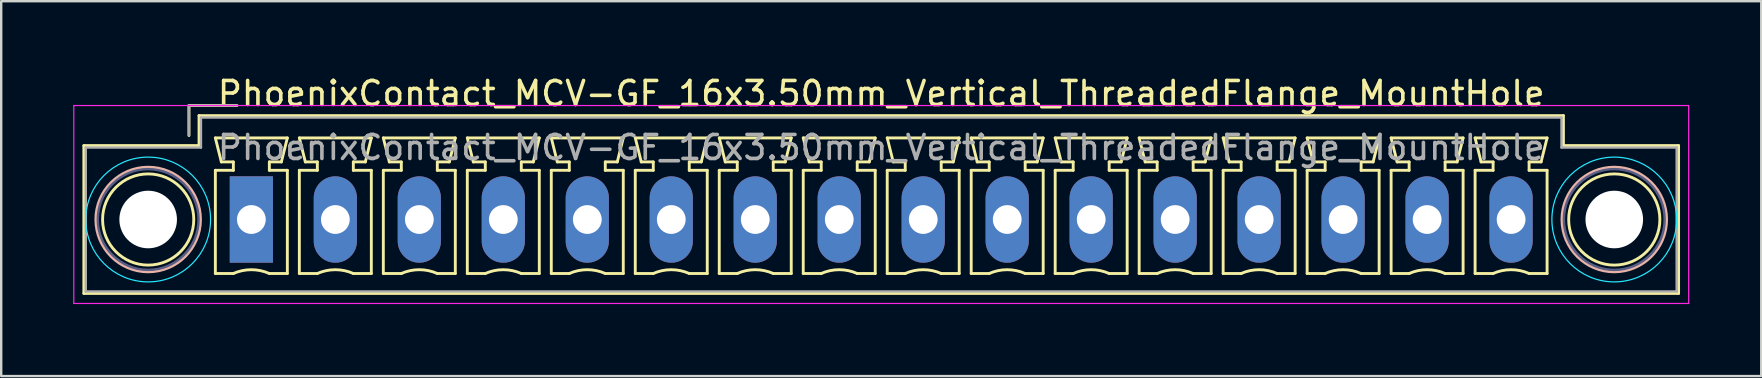
<source format=kicad_pcb>
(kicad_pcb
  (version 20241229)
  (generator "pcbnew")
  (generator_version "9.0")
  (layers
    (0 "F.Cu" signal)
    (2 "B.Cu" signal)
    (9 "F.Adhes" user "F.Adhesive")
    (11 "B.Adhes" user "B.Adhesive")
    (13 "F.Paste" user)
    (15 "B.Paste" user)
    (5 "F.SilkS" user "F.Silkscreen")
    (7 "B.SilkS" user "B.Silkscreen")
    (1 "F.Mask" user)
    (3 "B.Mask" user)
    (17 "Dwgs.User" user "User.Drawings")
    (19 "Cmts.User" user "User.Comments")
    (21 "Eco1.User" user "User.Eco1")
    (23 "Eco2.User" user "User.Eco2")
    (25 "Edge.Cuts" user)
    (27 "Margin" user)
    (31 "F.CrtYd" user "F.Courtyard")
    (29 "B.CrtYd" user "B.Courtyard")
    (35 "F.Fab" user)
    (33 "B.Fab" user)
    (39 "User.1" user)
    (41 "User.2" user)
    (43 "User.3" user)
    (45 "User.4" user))
  (footprint "PhoenixContact_MCV-GF_16x3.50mm_Vertical_ThreadedFlange_MountHole"
    (layer "F.Cu")
    (at 7.425 6.098)
    (property "Reference" "PhoenixContact_MCV-GF_16x3.50mm_Vertical_ThreadedFlange_MountHole" (at 26.25 -5.25 0) (layer "F.SilkS") (effects (font (size 1 1) (thickness 0.15))))
    (attr through_hole)
    (fp_line (start -6.98 -3.08) (end -6.98 3.08) (stroke (width 0.12) (type solid)) (layer "F.SilkS"))
    (fp_line (start -6.98 3.08) (end 59.48 3.08) (stroke (width 0.12) (type solid)) (layer "F.SilkS"))
    (fp_line (start -2.6 -4.75) (end -0.6 -4.75) (stroke (width 0.12) (type solid)) (layer "F.SilkS"))
    (fp_line (start -2.6 -3.5) (end -2.6 -4.75) (stroke (width 0.12) (type solid)) (layer "F.SilkS"))
    (fp_line (start -2.18 -4.33) (end -2.18 -3.08) (stroke (width 0.12) (type solid)) (layer "F.SilkS"))
    (fp_line (start -2.18 -3.08) (end -6.98 -3.08) (stroke (width 0.12) (type solid)) (layer "F.SilkS"))
    (fp_line (start -1.5 -3.4) (end 1.5 -3.4) (stroke (width 0.12) (type solid)) (layer "F.SilkS"))
    (fp_line (start -1.5 -2.05) (end -0.75 -2.05) (stroke (width 0.12) (type solid)) (layer "F.SilkS"))
    (fp_line (start -1.5 2.25) (end -1.5 -2.05) (stroke (width 0.12) (type solid)) (layer "F.SilkS"))
    (fp_line (start -1.25 -2.4) (end -1.5 -3.4) (stroke (width 0.12) (type solid)) (layer "F.SilkS"))
    (fp_line (start -0.75 -2.4) (end -1.25 -2.4) (stroke (width 0.12) (type solid)) (layer "F.SilkS"))
    (fp_line (start -0.75 -2.05) (end -0.75 -2.4) (stroke (width 0.12) (type solid)) (layer "F.SilkS"))
    (fp_line (start -0.75 2.25) (end -1.5 2.25) (stroke (width 0.12) (type solid)) (layer "F.SilkS"))
    (fp_line (start 0.75 -2.4) (end 0.75 -2.05) (stroke (width 0.12) (type solid)) (layer "F.SilkS"))
    (fp_line (start 0.75 -2.05) (end 1.5 -2.05) (stroke (width 0.12) (type solid)) (layer "F.SilkS"))
    (fp_line (start 1.25 -2.4) (end 0.75 -2.4) (stroke (width 0.12) (type solid)) (layer "F.SilkS"))
    (fp_line (start 1.5 -3.4) (end 1.25 -2.4) (stroke (width 0.12) (type solid)) (layer "F.SilkS"))
    (fp_line (start 1.5 -2.05) (end 1.5 2.25) (stroke (width 0.12) (type solid)) (layer "F.SilkS"))
    (fp_line (start 1.5 2.25) (end 0.75 2.25) (stroke (width 0.12) (type solid)) (layer "F.SilkS"))
    (fp_line (start 2 -3.4) (end 5 -3.4) (stroke (width 0.12) (type solid)) (layer "F.SilkS"))
    (fp_line (start 2 -2.05) (end 2.75 -2.05) (stroke (width 0.12) (type solid)) (layer "F.SilkS"))
    (fp_line (start 2 2.25) (end 2 -2.05) (stroke (width 0.12) (type solid)) (layer "F.SilkS"))
    (fp_line (start 2.25 -2.4) (end 2 -3.4) (stroke (width 0.12) (type solid)) (layer "F.SilkS"))
    (fp_line (start 2.75 -2.4) (end 2.25 -2.4) (stroke (width 0.12) (type solid)) (layer "F.SilkS"))
    (fp_line (start 2.75 -2.05) (end 2.75 -2.4) (stroke (width 0.12) (type solid)) (layer "F.SilkS"))
    (fp_line (start 2.75 2.25) (end 2 2.25) (stroke (width 0.12) (type solid)) (layer "F.SilkS"))
    (fp_line (start 4.25 -2.4) (end 4.25 -2.05) (stroke (width 0.12) (type solid)) (layer "F.SilkS"))
    (fp_line (start 4.25 -2.05) (end 5 -2.05) (stroke (width 0.12) (type solid)) (layer "F.SilkS"))
    (fp_line (start 4.75 -2.4) (end 4.25 -2.4) (stroke (width 0.12) (type solid)) (layer "F.SilkS"))
    (fp_line (start 5 -3.4) (end 4.75 -2.4) (stroke (width 0.12) (type solid)) (layer "F.SilkS"))
    (fp_line (start 5 -2.05) (end 5 2.25) (stroke (width 0.12) (type solid)) (layer "F.SilkS"))
    (fp_line (start 5 2.25) (end 4.25 2.25) (stroke (width 0.12) (type solid)) (layer "F.SilkS"))
    (fp_line (start 5.5 -3.4) (end 8.5 -3.4) (stroke (width 0.12) (type solid)) (layer "F.SilkS"))
    (fp_line (start 5.5 -2.05) (end 6.25 -2.05) (stroke (width 0.12) (type solid)) (layer "F.SilkS"))
    (fp_line (start 5.5 2.25) (end 5.5 -2.05) (stroke (width 0.12) (type solid)) (layer "F.SilkS"))
    (fp_line (start 5.75 -2.4) (end 5.5 -3.4) (stroke (width 0.12) (type solid)) (layer "F.SilkS"))
    (fp_line (start 6.25 -2.4) (end 5.75 -2.4) (stroke (width 0.12) (type solid)) (layer "F.SilkS"))
    (fp_line (start 6.25 -2.05) (end 6.25 -2.4) (stroke (width 0.12) (type solid)) (layer "F.SilkS"))
    (fp_line (start 6.25 2.25) (end 5.5 2.25) (stroke (width 0.12) (type solid)) (layer "F.SilkS"))
    (fp_line (start 7.75 -2.4) (end 7.75 -2.05) (stroke (width 0.12) (type solid)) (layer "F.SilkS"))
    (fp_line (start 7.75 -2.05) (end 8.5 -2.05) (stroke (width 0.12) (type solid)) (layer "F.SilkS"))
    (fp_line (start 8.25 -2.4) (end 7.75 -2.4) (stroke (width 0.12) (type solid)) (layer "F.SilkS"))
    (fp_line (start 8.5 -3.4) (end 8.25 -2.4) (stroke (width 0.12) (type solid)) (layer "F.SilkS"))
    (fp_line (start 8.5 -2.05) (end 8.5 2.25) (stroke (width 0.12) (type solid)) (layer "F.SilkS"))
    (fp_line (start 8.5 2.25) (end 7.75 2.25) (stroke (width 0.12) (type solid)) (layer "F.SilkS"))
    (fp_line (start 9 -3.4) (end 12 -3.4) (stroke (width 0.12) (type solid)) (layer "F.SilkS"))
    (fp_line (start 9 -2.05) (end 9.75 -2.05) (stroke (width 0.12) (type solid)) (layer "F.SilkS"))
    (fp_line (start 9 2.25) (end 9 -2.05) (stroke (width 0.12) (type solid)) (layer "F.SilkS"))
    (fp_line (start 9.25 -2.4) (end 9 -3.4) (stroke (width 0.12) (type solid)) (layer "F.SilkS"))
    (fp_line (start 9.75 -2.4) (end 9.25 -2.4) (stroke (width 0.12) (type solid)) (layer "F.SilkS"))
    (fp_line (start 9.75 -2.05) (end 9.75 -2.4) (stroke (width 0.12) (type solid)) (layer "F.SilkS"))
    (fp_line (start 9.75 2.25) (end 9 2.25) (stroke (width 0.12) (type solid)) (layer "F.SilkS"))
    (fp_line (start 11.25 -2.4) (end 11.25 -2.05) (stroke (width 0.12) (type solid)) (layer "F.SilkS"))
    (fp_line (start 11.25 -2.05) (end 12 -2.05) (stroke (width 0.12) (type solid)) (layer "F.SilkS"))
    (fp_line (start 11.75 -2.4) (end 11.25 -2.4) (stroke (width 0.12) (type solid)) (layer "F.SilkS"))
    (fp_line (start 12 -3.4) (end 11.75 -2.4) (stroke (width 0.12) (type solid)) (layer "F.SilkS"))
    (fp_line (start 12 -2.05) (end 12 2.25) (stroke (width 0.12) (type solid)) (layer "F.SilkS"))
    (fp_line (start 12 2.25) (end 11.25 2.25) (stroke (width 0.12) (type solid)) (layer "F.SilkS"))
    (fp_line (start 12.5 -3.4) (end 15.5 -3.4) (stroke (width 0.12) (type solid)) (layer "F.SilkS"))
    (fp_line (start 12.5 -2.05) (end 13.25 -2.05) (stroke (width 0.12) (type solid)) (layer "F.SilkS"))
    (fp_line (start 12.5 2.25) (end 12.5 -2.05) (stroke (width 0.12) (type solid)) (layer "F.SilkS"))
    (fp_line (start 12.75 -2.4) (end 12.5 -3.4) (stroke (width 0.12) (type solid)) (layer "F.SilkS"))
    (fp_line (start 13.25 -2.4) (end 12.75 -2.4) (stroke (width 0.12) (type solid)) (layer "F.SilkS"))
    (fp_line (start 13.25 -2.05) (end 13.25 -2.4) (stroke (width 0.12) (type solid)) (layer "F.SilkS"))
    (fp_line (start 13.25 2.25) (end 12.5 2.25) (stroke (width 0.12) (type solid)) (layer "F.SilkS"))
    (fp_line (start 14.75 -2.4) (end 14.75 -2.05) (stroke (width 0.12) (type solid)) (layer "F.SilkS"))
    (fp_line (start 14.75 -2.05) (end 15.5 -2.05) (stroke (width 0.12) (type solid)) (layer "F.SilkS"))
    (fp_line (start 15.25 -2.4) (end 14.75 -2.4) (stroke (width 0.12) (type solid)) (layer "F.SilkS"))
    (fp_line (start 15.5 -3.4) (end 15.25 -2.4) (stroke (width 0.12) (type solid)) (layer "F.SilkS"))
    (fp_line (start 15.5 -2.05) (end 15.5 2.25) (stroke (width 0.12) (type solid)) (layer "F.SilkS"))
    (fp_line (start 15.5 2.25) (end 14.75 2.25) (stroke (width 0.12) (type solid)) (layer "F.SilkS"))
    (fp_line (start 16 -3.4) (end 19 -3.4) (stroke (width 0.12) (type solid)) (layer "F.SilkS"))
    (fp_line (start 16 -2.05) (end 16.75 -2.05) (stroke (width 0.12) (type solid)) (layer "F.SilkS"))
    (fp_line (start 16 2.25) (end 16 -2.05) (stroke (width 0.12) (type solid)) (layer "F.SilkS"))
    (fp_line (start 16.25 -2.4) (end 16 -3.4) (stroke (width 0.12) (type solid)) (layer "F.SilkS"))
    (fp_line (start 16.75 -2.4) (end 16.25 -2.4) (stroke (width 0.12) (type solid)) (layer "F.SilkS"))
    (fp_line (start 16.75 -2.05) (end 16.75 -2.4) (stroke (width 0.12) (type solid)) (layer "F.SilkS"))
    (fp_line (start 16.75 2.25) (end 16 2.25) (stroke (width 0.12) (type solid)) (layer "F.SilkS"))
    (fp_line (start 18.25 -2.4) (end 18.25 -2.05) (stroke (width 0.12) (type solid)) (layer "F.SilkS"))
    (fp_line (start 18.25 -2.05) (end 19 -2.05) (stroke (width 0.12) (type solid)) (layer "F.SilkS"))
    (fp_line (start 18.75 -2.4) (end 18.25 -2.4) (stroke (width 0.12) (type solid)) (layer "F.SilkS"))
    (fp_line (start 19 -3.4) (end 18.75 -2.4) (stroke (width 0.12) (type solid)) (layer "F.SilkS"))
    (fp_line (start 19 -2.05) (end 19 2.25) (stroke (width 0.12) (type solid)) (layer "F.SilkS"))
    (fp_line (start 19 2.25) (end 18.25 2.25) (stroke (width 0.12) (type solid)) (layer "F.SilkS"))
    (fp_line (start 19.5 -3.4) (end 22.5 -3.4) (stroke (width 0.12) (type solid)) (layer "F.SilkS"))
    (fp_line (start 19.5 -2.05) (end 20.25 -2.05) (stroke (width 0.12) (type solid)) (layer "F.SilkS"))
    (fp_line (start 19.5 2.25) (end 19.5 -2.05) (stroke (width 0.12) (type solid)) (layer "F.SilkS"))
    (fp_line (start 19.75 -2.4) (end 19.5 -3.4) (stroke (width 0.12) (type solid)) (layer "F.SilkS"))
    (fp_line (start 20.25 -2.4) (end 19.75 -2.4) (stroke (width 0.12) (type solid)) (layer "F.SilkS"))
    (fp_line (start 20.25 -2.05) (end 20.25 -2.4) (stroke (width 0.12) (type solid)) (layer "F.SilkS"))
    (fp_line (start 20.25 2.25) (end 19.5 2.25) (stroke (width 0.12) (type solid)) (layer "F.SilkS"))
    (fp_line (start 21.75 -2.4) (end 21.75 -2.05) (stroke (width 0.12) (type solid)) (layer "F.SilkS"))
    (fp_line (start 21.75 -2.05) (end 22.5 -2.05) (stroke (width 0.12) (type solid)) (layer "F.SilkS"))
    (fp_line (start 22.25 -2.4) (end 21.75 -2.4) (stroke (width 0.12) (type solid)) (layer "F.SilkS"))
    (fp_line (start 22.5 -3.4) (end 22.25 -2.4) (stroke (width 0.12) (type solid)) (layer "F.SilkS"))
    (fp_line (start 22.5 -2.05) (end 22.5 2.25) (stroke (width 0.12) (type solid)) (layer "F.SilkS"))
    (fp_line (start 22.5 2.25) (end 21.75 2.25) (stroke (width 0.12) (type solid)) (layer "F.SilkS"))
    (fp_line (start 23 -3.4) (end 26 -3.4) (stroke (width 0.12) (type solid)) (layer "F.SilkS"))
    (fp_line (start 23 -2.05) (end 23.75 -2.05) (stroke (width 0.12) (type solid)) (layer "F.SilkS"))
    (fp_line (start 23 2.25) (end 23 -2.05) (stroke (width 0.12) (type solid)) (layer "F.SilkS"))
    (fp_line (start 23.25 -2.4) (end 23 -3.4) (stroke (width 0.12) (type solid)) (layer "F.SilkS"))
    (fp_line (start 23.75 -2.4) (end 23.25 -2.4) (stroke (width 0.12) (type solid)) (layer "F.SilkS"))
    (fp_line (start 23.75 -2.05) (end 23.75 -2.4) (stroke (width 0.12) (type solid)) (layer "F.SilkS"))
    (fp_line (start 23.75 2.25) (end 23 2.25) (stroke (width 0.12) (type solid)) (layer "F.SilkS"))
    (fp_line (start 25.25 -2.4) (end 25.25 -2.05) (stroke (width 0.12) (type solid)) (layer "F.SilkS"))
    (fp_line (start 25.25 -2.05) (end 26 -2.05) (stroke (width 0.12) (type solid)) (layer "F.SilkS"))
    (fp_line (start 25.75 -2.4) (end 25.25 -2.4) (stroke (width 0.12) (type solid)) (layer "F.SilkS"))
    (fp_line (start 26 -3.4) (end 25.75 -2.4) (stroke (width 0.12) (type solid)) (layer "F.SilkS"))
    (fp_line (start 26 -2.05) (end 26 2.25) (stroke (width 0.12) (type solid)) (layer "F.SilkS"))
    (fp_line (start 26 2.25) (end 25.25 2.25) (stroke (width 0.12) (type solid)) (layer "F.SilkS"))
    (fp_line (start 26.5 -3.4) (end 29.5 -3.4) (stroke (width 0.12) (type solid)) (layer "F.SilkS"))
    (fp_line (start 26.5 -2.05) (end 27.25 -2.05) (stroke (width 0.12) (type solid)) (layer "F.SilkS"))
    (fp_line (start 26.5 2.25) (end 26.5 -2.05) (stroke (width 0.12) (type solid)) (layer "F.SilkS"))
    (fp_line (start 26.75 -2.4) (end 26.5 -3.4) (stroke (width 0.12) (type solid)) (layer "F.SilkS"))
    (fp_line (start 27.25 -2.4) (end 26.75 -2.4) (stroke (width 0.12) (type solid)) (layer "F.SilkS"))
    (fp_line (start 27.25 -2.05) (end 27.25 -2.4) (stroke (width 0.12) (type solid)) (layer "F.SilkS"))
    (fp_line (start 27.25 2.25) (end 26.5 2.25) (stroke (width 0.12) (type solid)) (layer "F.SilkS"))
    (fp_line (start 28.75 -2.4) (end 28.75 -2.05) (stroke (width 0.12) (type solid)) (layer "F.SilkS"))
    (fp_line (start 28.75 -2.05) (end 29.5 -2.05) (stroke (width 0.12) (type solid)) (layer "F.SilkS"))
    (fp_line (start 29.25 -2.4) (end 28.75 -2.4) (stroke (width 0.12) (type solid)) (layer "F.SilkS"))
    (fp_line (start 29.5 -3.4) (end 29.25 -2.4) (stroke (width 0.12) (type solid)) (layer "F.SilkS"))
    (fp_line (start 29.5 -2.05) (end 29.5 2.25) (stroke (width 0.12) (type solid)) (layer "F.SilkS"))
    (fp_line (start 29.5 2.25) (end 28.75 2.25) (stroke (width 0.12) (type solid)) (layer "F.SilkS"))
    (fp_line (start 30 -3.4) (end 33 -3.4) (stroke (width 0.12) (type solid)) (layer "F.SilkS"))
    (fp_line (start 30 -2.05) (end 30.75 -2.05) (stroke (width 0.12) (type solid)) (layer "F.SilkS"))
    (fp_line (start 30 2.25) (end 30 -2.05) (stroke (width 0.12) (type solid)) (layer "F.SilkS"))
    (fp_line (start 30.25 -2.4) (end 30 -3.4) (stroke (width 0.12) (type solid)) (layer "F.SilkS"))
    (fp_line (start 30.75 -2.4) (end 30.25 -2.4) (stroke (width 0.12) (type solid)) (layer "F.SilkS"))
    (fp_line (start 30.75 -2.05) (end 30.75 -2.4) (stroke (width 0.12) (type solid)) (layer "F.SilkS"))
    (fp_line (start 30.75 2.25) (end 30 2.25) (stroke (width 0.12) (type solid)) (layer "F.SilkS"))
    (fp_line (start 32.25 -2.4) (end 32.25 -2.05) (stroke (width 0.12) (type solid)) (layer "F.SilkS"))
    (fp_line (start 32.25 -2.05) (end 33 -2.05) (stroke (width 0.12) (type solid)) (layer "F.SilkS"))
    (fp_line (start 32.75 -2.4) (end 32.25 -2.4) (stroke (width 0.12) (type solid)) (layer "F.SilkS"))
    (fp_line (start 33 -3.4) (end 32.75 -2.4) (stroke (width 0.12) (type solid)) (layer "F.SilkS"))
    (fp_line (start 33 -2.05) (end 33 2.25) (stroke (width 0.12) (type solid)) (layer "F.SilkS"))
    (fp_line (start 33 2.25) (end 32.25 2.25) (stroke (width 0.12) (type solid)) (layer "F.SilkS"))
    (fp_line (start 33.5 -3.4) (end 36.5 -3.4) (stroke (width 0.12) (type solid)) (layer "F.SilkS"))
    (fp_line (start 33.5 -2.05) (end 34.25 -2.05) (stroke (width 0.12) (type solid)) (layer "F.SilkS"))
    (fp_line (start 33.5 2.25) (end 33.5 -2.05) (stroke (width 0.12) (type solid)) (layer "F.SilkS"))
    (fp_line (start 33.75 -2.4) (end 33.5 -3.4) (stroke (width 0.12) (type solid)) (layer "F.SilkS"))
    (fp_line (start 34.25 -2.4) (end 33.75 -2.4) (stroke (width 0.12) (type solid)) (layer "F.SilkS"))
    (fp_line (start 34.25 -2.05) (end 34.25 -2.4) (stroke (width 0.12) (type solid)) (layer "F.SilkS"))
    (fp_line (start 34.25 2.25) (end 33.5 2.25) (stroke (width 0.12) (type solid)) (layer "F.SilkS"))
    (fp_line (start 35.75 -2.4) (end 35.75 -2.05) (stroke (width 0.12) (type solid)) (layer "F.SilkS"))
    (fp_line (start 35.75 -2.05) (end 36.5 -2.05) (stroke (width 0.12) (type solid)) (layer "F.SilkS"))
    (fp_line (start 36.25 -2.4) (end 35.75 -2.4) (stroke (width 0.12) (type solid)) (layer "F.SilkS"))
    (fp_line (start 36.5 -3.4) (end 36.25 -2.4) (stroke (width 0.12) (type solid)) (layer "F.SilkS"))
    (fp_line (start 36.5 -2.05) (end 36.5 2.25) (stroke (width 0.12) (type solid)) (layer "F.SilkS"))
    (fp_line (start 36.5 2.25) (end 35.75 2.25) (stroke (width 0.12) (type solid)) (layer "F.SilkS"))
    (fp_line (start 37 -3.4) (end 40 -3.4) (stroke (width 0.12) (type solid)) (layer "F.SilkS"))
    (fp_line (start 37 -2.05) (end 37.75 -2.05) (stroke (width 0.12) (type solid)) (layer "F.SilkS"))
    (fp_line (start 37 2.25) (end 37 -2.05) (stroke (width 0.12) (type solid)) (layer "F.SilkS"))
    (fp_line (start 37.25 -2.4) (end 37 -3.4) (stroke (width 0.12) (type solid)) (layer "F.SilkS"))
    (fp_line (start 37.75 -2.4) (end 37.25 -2.4) (stroke (width 0.12) (type solid)) (layer "F.SilkS"))
    (fp_line (start 37.75 -2.05) (end 37.75 -2.4) (stroke (width 0.12) (type solid)) (layer "F.SilkS"))
    (fp_line (start 37.75 2.25) (end 37 2.25) (stroke (width 0.12) (type solid)) (layer "F.SilkS"))
    (fp_line (start 39.25 -2.4) (end 39.25 -2.05) (stroke (width 0.12) (type solid)) (layer "F.SilkS"))
    (fp_line (start 39.25 -2.05) (end 40 -2.05) (stroke (width 0.12) (type solid)) (layer "F.SilkS"))
    (fp_line (start 39.75 -2.4) (end 39.25 -2.4) (stroke (width 0.12) (type solid)) (layer "F.SilkS"))
    (fp_line (start 40 -3.4) (end 39.75 -2.4) (stroke (width 0.12) (type solid)) (layer "F.SilkS"))
    (fp_line (start 40 -2.05) (end 40 2.25) (stroke (width 0.12) (type solid)) (layer "F.SilkS"))
    (fp_line (start 40 2.25) (end 39.25 2.25) (stroke (width 0.12) (type solid)) (layer "F.SilkS"))
    (fp_line (start 40.5 -3.4) (end 43.5 -3.4) (stroke (width 0.12) (type solid)) (layer "F.SilkS"))
    (fp_line (start 40.5 -2.05) (end 41.25 -2.05) (stroke (width 0.12) (type solid)) (layer "F.SilkS"))
    (fp_line (start 40.5 2.25) (end 40.5 -2.05) (stroke (width 0.12) (type solid)) (layer "F.SilkS"))
    (fp_line (start 40.75 -2.4) (end 40.5 -3.4) (stroke (width 0.12) (type solid)) (layer "F.SilkS"))
    (fp_line (start 41.25 -2.4) (end 40.75 -2.4) (stroke (width 0.12) (type solid)) (layer "F.SilkS"))
    (fp_line (start 41.25 -2.05) (end 41.25 -2.4) (stroke (width 0.12) (type solid)) (layer "F.SilkS"))
    (fp_line (start 41.25 2.25) (end 40.5 2.25) (stroke (width 0.12) (type solid)) (layer "F.SilkS"))
    (fp_line (start 42.75 -2.4) (end 42.75 -2.05) (stroke (width 0.12) (type solid)) (layer "F.SilkS"))
    (fp_line (start 42.75 -2.05) (end 43.5 -2.05) (stroke (width 0.12) (type solid)) (layer "F.SilkS"))
    (fp_line (start 43.25 -2.4) (end 42.75 -2.4) (stroke (width 0.12) (type solid)) (layer "F.SilkS"))
    (fp_line (start 43.5 -3.4) (end 43.25 -2.4) (stroke (width 0.12) (type solid)) (layer "F.SilkS"))
    (fp_line (start 43.5 -2.05) (end 43.5 2.25) (stroke (width 0.12) (type solid)) (layer "F.SilkS"))
    (fp_line (start 43.5 2.25) (end 42.75 2.25) (stroke (width 0.12) (type solid)) (layer "F.SilkS"))
    (fp_line (start 44 -3.4) (end 47 -3.4) (stroke (width 0.12) (type solid)) (layer "F.SilkS"))
    (fp_line (start 44 -2.05) (end 44.75 -2.05) (stroke (width 0.12) (type solid)) (layer "F.SilkS"))
    (fp_line (start 44 2.25) (end 44 -2.05) (stroke (width 0.12) (type solid)) (layer "F.SilkS"))
    (fp_line (start 44.25 -2.4) (end 44 -3.4) (stroke (width 0.12) (type solid)) (layer "F.SilkS"))
    (fp_line (start 44.75 -2.4) (end 44.25 -2.4) (stroke (width 0.12) (type solid)) (layer "F.SilkS"))
    (fp_line (start 44.75 -2.05) (end 44.75 -2.4) (stroke (width 0.12) (type solid)) (layer "F.SilkS"))
    (fp_line (start 44.75 2.25) (end 44 2.25) (stroke (width 0.12) (type solid)) (layer "F.SilkS"))
    (fp_line (start 46.25 -2.4) (end 46.25 -2.05) (stroke (width 0.12) (type solid)) (layer "F.SilkS"))
    (fp_line (start 46.25 -2.05) (end 47 -2.05) (stroke (width 0.12) (type solid)) (layer "F.SilkS"))
    (fp_line (start 46.75 -2.4) (end 46.25 -2.4) (stroke (width 0.12) (type solid)) (layer "F.SilkS"))
    (fp_line (start 47 -3.4) (end 46.75 -2.4) (stroke (width 0.12) (type solid)) (layer "F.SilkS"))
    (fp_line (start 47 -2.05) (end 47 2.25) (stroke (width 0.12) (type solid)) (layer "F.SilkS"))
    (fp_line (start 47 2.25) (end 46.25 2.25) (stroke (width 0.12) (type solid)) (layer "F.SilkS"))
    (fp_line (start 47.5 -3.4) (end 50.5 -3.4) (stroke (width 0.12) (type solid)) (layer "F.SilkS"))
    (fp_line (start 47.5 -2.05) (end 48.25 -2.05) (stroke (width 0.12) (type solid)) (layer "F.SilkS"))
    (fp_line (start 47.5 2.25) (end 47.5 -2.05) (stroke (width 0.12) (type solid)) (layer "F.SilkS"))
    (fp_line (start 47.75 -2.4) (end 47.5 -3.4) (stroke (width 0.12) (type solid)) (layer "F.SilkS"))
    (fp_line (start 48.25 -2.4) (end 47.75 -2.4) (stroke (width 0.12) (type solid)) (layer "F.SilkS"))
    (fp_line (start 48.25 -2.05) (end 48.25 -2.4) (stroke (width 0.12) (type solid)) (layer "F.SilkS"))
    (fp_line (start 48.25 2.25) (end 47.5 2.25) (stroke (width 0.12) (type solid)) (layer "F.SilkS"))
    (fp_line (start 49.75 -2.4) (end 49.75 -2.05) (stroke (width 0.12) (type solid)) (layer "F.SilkS"))
    (fp_line (start 49.75 -2.05) (end 50.5 -2.05) (stroke (width 0.12) (type solid)) (layer "F.SilkS"))
    (fp_line (start 50.25 -2.4) (end 49.75 -2.4) (stroke (width 0.12) (type solid)) (layer "F.SilkS"))
    (fp_line (start 50.5 -3.4) (end 50.25 -2.4) (stroke (width 0.12) (type solid)) (layer "F.SilkS"))
    (fp_line (start 50.5 -2.05) (end 50.5 2.25) (stroke (width 0.12) (type solid)) (layer "F.SilkS"))
    (fp_line (start 50.5 2.25) (end 49.75 2.25) (stroke (width 0.12) (type solid)) (layer "F.SilkS"))
    (fp_line (start 51 -3.4) (end 54 -3.4) (stroke (width 0.12) (type solid)) (layer "F.SilkS"))
    (fp_line (start 51 -2.05) (end 51.75 -2.05) (stroke (width 0.12) (type solid)) (layer "F.SilkS"))
    (fp_line (start 51 2.25) (end 51 -2.05) (stroke (width 0.12) (type solid)) (layer "F.SilkS"))
    (fp_line (start 51.25 -2.4) (end 51 -3.4) (stroke (width 0.12) (type solid)) (layer "F.SilkS"))
    (fp_line (start 51.75 -2.4) (end 51.25 -2.4) (stroke (width 0.12) (type solid)) (layer "F.SilkS"))
    (fp_line (start 51.75 -2.05) (end 51.75 -2.4) (stroke (width 0.12) (type solid)) (layer "F.SilkS"))
    (fp_line (start 51.75 2.25) (end 51 2.25) (stroke (width 0.12) (type solid)) (layer "F.SilkS"))
    (fp_line (start 53.25 -2.4) (end 53.25 -2.05) (stroke (width 0.12) (type solid)) (layer "F.SilkS"))
    (fp_line (start 53.25 -2.05) (end 54 -2.05) (stroke (width 0.12) (type solid)) (layer "F.SilkS"))
    (fp_line (start 53.75 -2.4) (end 53.25 -2.4) (stroke (width 0.12) (type solid)) (layer "F.SilkS"))
    (fp_line (start 54 -3.4) (end 53.75 -2.4) (stroke (width 0.12) (type solid)) (layer "F.SilkS"))
    (fp_line (start 54 -2.05) (end 54 2.25) (stroke (width 0.12) (type solid)) (layer "F.SilkS"))
    (fp_line (start 54 2.25) (end 53.25 2.25) (stroke (width 0.12) (type solid)) (layer "F.SilkS"))
    (fp_line (start 54.68 -4.33) (end -2.18 -4.33) (stroke (width 0.12) (type solid)) (layer "F.SilkS"))
    (fp_line (start 54.68 -3.08) (end 54.68 -4.33) (stroke (width 0.12) (type solid)) (layer "F.SilkS"))
    (fp_line (start 59.48 -3.08) (end 54.68 -3.08) (stroke (width 0.12) (type solid)) (layer "F.SilkS"))
    (fp_line (start 59.48 3.08) (end 59.48 -3.08) (stroke (width 0.12) (type solid)) (layer "F.SilkS"))
    (fp_arc (start -0.75 2.25) (mid -0.000193 2.09191) (end 0.749647 2.249844) (stroke (width 0.12) (type solid)) (layer "F.SilkS"))
    (fp_arc (start 2.75 2.25) (mid 3.499807 2.09191) (end 4.249647 2.249844) (stroke (width 0.12) (type solid)) (layer "F.SilkS"))
    (fp_arc (start 6.25 2.25) (mid 6.999807 2.09191) (end 7.749647 2.249844) (stroke (width 0.12) (type solid)) (layer "F.SilkS"))
    (fp_arc (start 9.75 2.25) (mid 10.499807 2.09191) (end 11.249647 2.249844) (stroke (width 0.12) (type solid)) (layer "F.SilkS"))
    (fp_arc (start 13.25 2.25) (mid 13.999807 2.09191) (end 14.749647 2.249844) (stroke (width 0.12) (type solid)) (layer "F.SilkS"))
    (fp_arc (start 16.75 2.25) (mid 17.499807 2.09191) (end 18.249647 2.249844) (stroke (width 0.12) (type solid)) (layer "F.SilkS"))
    (fp_arc (start 20.25 2.25) (mid 20.999807 2.09191) (end 21.749647 2.249844) (stroke (width 0.12) (type solid)) (layer "F.SilkS"))
    (fp_arc (start 23.75 2.25) (mid 24.499807 2.09191) (end 25.249647 2.249844) (stroke (width 0.12) (type solid)) (layer "F.SilkS"))
    (fp_arc (start 27.25 2.25) (mid 27.999807 2.09191) (end 28.749647 2.249844) (stroke (width 0.12) (type solid)) (layer "F.SilkS"))
    (fp_arc (start 30.75 2.25) (mid 31.499807 2.09191) (end 32.249647 2.249844) (stroke (width 0.12) (type solid)) (layer "F.SilkS"))
    (fp_arc (start 34.25 2.25) (mid 34.999807 2.09191) (end 35.749647 2.249844) (stroke (width 0.12) (type solid)) (layer "F.SilkS"))
    (fp_arc (start 37.75 2.25) (mid 38.499807 2.09191) (end 39.249647 2.249844) (stroke (width 0.12) (type solid)) (layer "F.SilkS"))
    (fp_arc (start 41.25 2.25) (mid 41.999807 2.09191) (end 42.749647 2.249844) (stroke (width 0.12) (type solid)) (layer "F.SilkS"))
    (fp_arc (start 44.75 2.25) (mid 45.499807 2.09191) (end 46.249647 2.249844) (stroke (width 0.12) (type solid)) (layer "F.SilkS"))
    (fp_arc (start 48.25 2.25) (mid 48.999807 2.09191) (end 49.749647 2.249844) (stroke (width 0.12) (type solid)) (layer "F.SilkS"))
    (fp_arc (start 51.75 2.25) (mid 52.499807 2.09191) (end 53.249647 2.249844) (stroke (width 0.12) (type solid)) (layer "F.SilkS"))
    (fp_circle (center -4.3 0) (end -2.4 0) (stroke (width 0.12) (type solid)) (fill no) (layer "F.SilkS"))
    (fp_circle (center 56.8 0) (end 58.7 0) (stroke (width 0.12) (type solid)) (fill no) (layer "F.SilkS"))
    (fp_circle (center -4.3 0) (end -2.12 0) (stroke (width 0.12) (type solid)) (fill no) (layer "B.SilkS"))
    (fp_circle (center 56.8 0) (end 58.98 0) (stroke (width 0.12) (type solid)) (fill no) (layer "B.SilkS"))
    (fp_circle (center -4.3 0) (end -1.7 0) (stroke (width 0.05) (type solid)) (fill no) (layer "B.CrtYd"))
    (fp_circle (center 56.8 0) (end 59.4 0) (stroke (width 0.05) (type solid)) (fill no) (layer "B.CrtYd"))
    (fp_line (start -7.4 -4.75) (end -7.4 3.5) (stroke (width 0.05) (type solid)) (layer "F.CrtYd"))
    (fp_line (start -7.4 3.5) (end 59.9 3.5) (stroke (width 0.05) (type solid)) (layer "F.CrtYd"))
    (fp_line (start 59.9 -4.75) (end -7.4 -4.75) (stroke (width 0.05) (type solid)) (layer "F.CrtYd"))
    (fp_line (start 59.9 3.5) (end 59.9 -4.75) (stroke (width 0.05) (type solid)) (layer "F.CrtYd"))
    (fp_circle (center -4.3 0) (end -2.2 0) (stroke (width 0.1) (type solid)) (fill no) (layer "B.Fab"))
    (fp_circle (center 56.8 0) (end 58.9 0) (stroke (width 0.1) (type solid)) (fill no) (layer "B.Fab"))
    (fp_line (start -6.9 -3) (end -6.9 3) (stroke (width 0.1) (type solid)) (layer "F.Fab"))
    (fp_line (start -6.9 3) (end 59.4 3) (stroke (width 0.1) (type solid)) (layer "F.Fab"))
    (fp_line (start -2.6 -4.75) (end -0.6 -4.75) (stroke (width 0.1) (type solid)) (layer "F.Fab"))
    (fp_line (start -2.6 -3.5) (end -2.6 -4.75) (stroke (width 0.1) (type solid)) (layer "F.Fab"))
    (fp_line (start -2.1 -4.25) (end -2.1 -3) (stroke (width 0.1) (type solid)) (layer "F.Fab"))
    (fp_line (start -2.1 -3) (end -6.9 -3) (stroke (width 0.1) (type solid)) (layer "F.Fab"))
    (fp_line (start 54.6 -4.25) (end -2.1 -4.25) (stroke (width 0.1) (type solid)) (layer "F.Fab"))
    (fp_line (start 54.6 -3) (end 54.6 -4.25) (stroke (width 0.1) (type solid)) (layer "F.Fab"))
    (fp_line (start 59.4 -3) (end 54.6 -3) (stroke (width 0.1) (type solid)) (layer "F.Fab"))
    (fp_line (start 59.4 3) (end 59.4 -3) (stroke (width 0.1) (type solid)) (layer "F.Fab"))
    (fp_text user "${REFERENCE}" (at 26.25 -3 0) (layer "F.Fab") (effects (font (size 1 1) (thickness 0.15))))
    (pad "" np_thru_hole circle (at -4.3 0) (size 2.4 2.4) (drill 2.4) (layers "*.Cu" "*.Mask"))
    (pad "" np_thru_hole circle (at 56.8 0) (size 2.4 2.4) (drill 2.4) (layers "*.Cu" "*.Mask"))
    (pad "1" thru_hole rect (at 0 0) (size 1.8 3.6) (drill 1.2) (layers "*.Cu" "*.Mask"))
    (pad "2" thru_hole oval (at 3.5 0) (size 1.8 3.6) (drill 1.2) (layers "*.Cu" "*.Mask"))
    (pad "3" thru_hole oval (at 7 0) (size 1.8 3.6) (drill 1.2) (layers "*.Cu" "*.Mask"))
    (pad "4" thru_hole oval (at 10.5 0) (size 1.8 3.6) (drill 1.2) (layers "*.Cu" "*.Mask"))
    (pad "5" thru_hole oval (at 14 0) (size 1.8 3.6) (drill 1.2) (layers "*.Cu" "*.Mask"))
    (pad "6" thru_hole oval (at 17.5 0) (size 1.8 3.6) (drill 1.2) (layers "*.Cu" "*.Mask"))
    (pad "7" thru_hole oval (at 21 0) (size 1.8 3.6) (drill 1.2) (layers "*.Cu" "*.Mask"))
    (pad "8" thru_hole oval (at 24.5 0) (size 1.8 3.6) (drill 1.2) (layers "*.Cu" "*.Mask"))
    (pad "9" thru_hole oval (at 28 0) (size 1.8 3.6) (drill 1.2) (layers "*.Cu" "*.Mask"))
    (pad "10" thru_hole oval (at 31.5 0) (size 1.8 3.6) (drill 1.2) (layers "*.Cu" "*.Mask"))
    (pad "11" thru_hole oval (at 35 0) (size 1.8 3.6) (drill 1.2) (layers "*.Cu" "*.Mask"))
    (pad "12" thru_hole oval (at 38.5 0) (size 1.8 3.6) (drill 1.2) (layers "*.Cu" "*.Mask"))
    (pad "13" thru_hole oval (at 42 0) (size 1.8 3.6) (drill 1.2) (layers "*.Cu" "*.Mask"))
    (pad "14" thru_hole oval (at 45.5 0) (size 1.8 3.6) (drill 1.2) (layers "*.Cu" "*.Mask"))
    (pad "15" thru_hole oval (at 49 0) (size 1.8 3.6) (drill 1.2) (layers "*.Cu" "*.Mask"))
    (pad "16" thru_hole oval (at 52.5 0) (size 1.8 3.6) (drill 1.2) (layers "*.Cu" "*.Mask")))
  (gr_rect
    (start -3 -3)
    (end 70.35 12.623)
    (stroke (width 0.1) (type default))
    (fill no)
    (layer "Edge.Cuts")))
</source>
